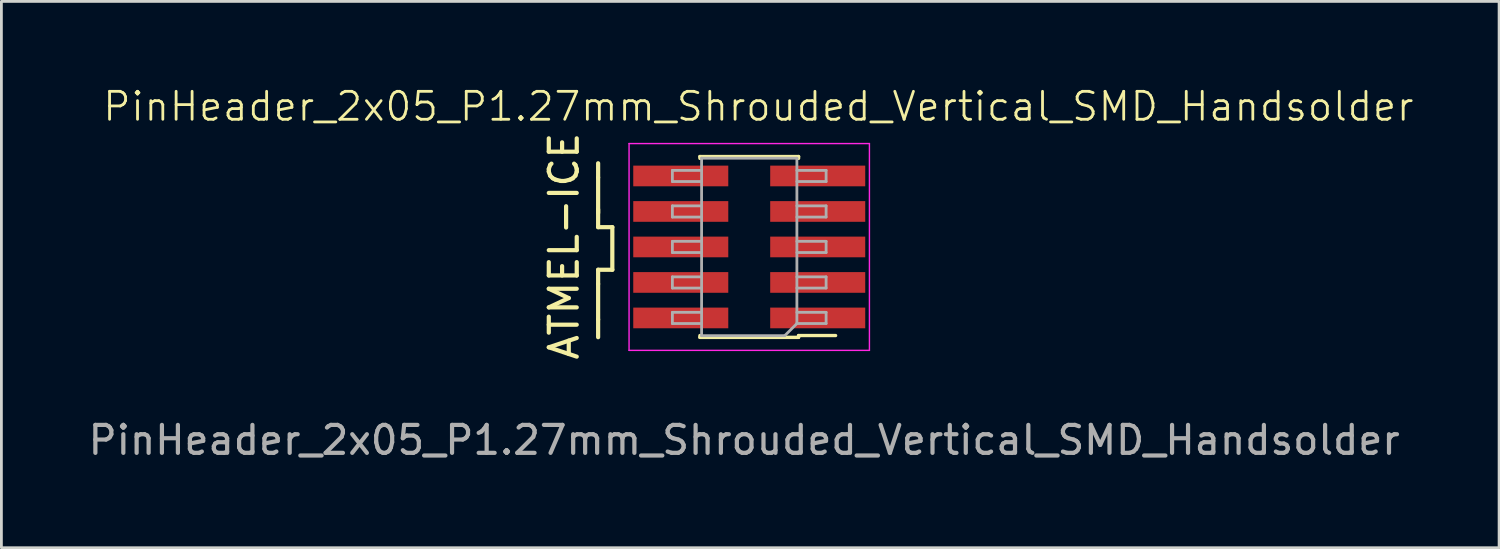
<source format=kicad_pcb>
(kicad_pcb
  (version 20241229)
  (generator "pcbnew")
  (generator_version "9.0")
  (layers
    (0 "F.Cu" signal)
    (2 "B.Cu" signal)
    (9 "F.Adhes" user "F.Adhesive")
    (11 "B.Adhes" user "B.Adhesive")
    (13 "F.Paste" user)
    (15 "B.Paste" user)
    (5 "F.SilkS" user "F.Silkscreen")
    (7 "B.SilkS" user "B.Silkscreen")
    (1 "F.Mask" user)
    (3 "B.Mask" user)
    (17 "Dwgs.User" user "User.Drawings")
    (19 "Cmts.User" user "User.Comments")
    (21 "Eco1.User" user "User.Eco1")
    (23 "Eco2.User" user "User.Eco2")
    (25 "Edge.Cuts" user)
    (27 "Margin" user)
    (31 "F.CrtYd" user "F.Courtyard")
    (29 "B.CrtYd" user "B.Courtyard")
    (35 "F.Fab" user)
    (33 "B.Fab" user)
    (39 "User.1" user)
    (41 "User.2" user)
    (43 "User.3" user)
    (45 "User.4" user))
  (footprint "PinHeader_2x05_P1.27mm_Shrouded_Vertical_SMD_Handsolder"
    (layer "F.Cu")
    (at 23.685 5.84)
    (property "Reference" "PinHeader_2x05_P1.27mm_Shrouded_Vertical_SMD_Handsolder" (at 0.4 -5.08 0) (unlocked yes) (layer "F.SilkS") (effects (font (size 1 1) (thickness 0.1))))
    (attr smd)
    (fp_line (start -5.334 -2.54) (end -5.334 -3.048) (stroke (width 0.15) (type default)) (layer "F.SilkS"))
    (fp_line (start -5.334 -2.54) (end -5.334 -1.27) (stroke (width 0.15) (type default)) (layer "F.SilkS"))
    (fp_line (start -5.334 -0.762) (end -5.334 -1.397) (stroke (width 0.15) (type default)) (layer "F.SilkS"))
    (fp_line (start -5.334 0.762) (end -5.334 1.27) (stroke (width 0.15) (type default)) (layer "F.SilkS"))
    (fp_line (start -5.334 0.762) (end -4.826 0.762) (stroke (width 0.15) (type default)) (layer "F.SilkS"))
    (fp_line (start -5.334 1.27) (end -5.334 2.54) (stroke (width 0.15) (type default)) (layer "F.SilkS"))
    (fp_line (start -5.334 2.54) (end -5.334 3.175) (stroke (width 0.15) (type default)) (layer "F.SilkS"))
    (fp_line (start -4.826 -0.762) (end -5.334 -0.762) (stroke (width 0.15) (type default)) (layer "F.SilkS"))
    (fp_line (start -4.826 0.762) (end -4.826 -0.762) (stroke (width 0.15) (type default)) (layer "F.SilkS"))
    (fp_line (start -1.692 -3.224) (end -1.692 -3.289) (stroke (width 0.12) (type solid)) (layer "F.SilkS"))
    (fp_line (start -1.692 3.181) (end -1.692 3.116) (stroke (width 0.12) (type solid)) (layer "F.SilkS"))
    (fp_line (start 1.838 -3.289) (end -1.692 -3.289) (stroke (width 0.12) (type solid)) (layer "F.SilkS"))
    (fp_line (start 1.838 -3.224) (end 1.838 -3.289) (stroke (width 0.12) (type solid)) (layer "F.SilkS"))
    (fp_line (start 1.838 3.181) (end -1.692 3.181) (stroke (width 0.12) (type solid)) (layer "F.SilkS"))
    (fp_line (start 1.838 3.181) (end 1.838 3.116) (stroke (width 0.12) (type solid)) (layer "F.SilkS"))
    (fp_line (start 3.163 3.116) (end 1.838 3.116) (stroke (width 0.12) (type solid)) (layer "F.SilkS"))
    (fp_line (start -4.227 -3.754) (end -4.227 3.646) (stroke (width 0.05) (type solid)) (layer "F.CrtYd"))
    (fp_line (start -4.227 3.646) (end 4.373 3.646) (stroke (width 0.05) (type solid)) (layer "F.CrtYd"))
    (fp_line (start 4.373 -3.754) (end -4.227 -3.754) (stroke (width 0.05) (type solid)) (layer "F.CrtYd"))
    (fp_line (start 4.373 3.646) (end 4.373 -3.754) (stroke (width 0.05) (type solid)) (layer "F.CrtYd"))
    (fp_line (start -2.677 -2.794) (end -1.632 -2.794) (stroke (width 0.1) (type solid)) (layer "F.Fab"))
    (fp_line (start -2.677 -2.394) (end -2.677 -2.794) (stroke (width 0.1) (type solid)) (layer "F.Fab"))
    (fp_line (start -2.677 -1.524) (end -1.632 -1.524) (stroke (width 0.1) (type solid)) (layer "F.Fab"))
    (fp_line (start -2.677 -1.124) (end -2.677 -1.524) (stroke (width 0.1) (type solid)) (layer "F.Fab"))
    (fp_line (start -2.677 -0.254) (end -1.632 -0.254) (stroke (width 0.1) (type solid)) (layer "F.Fab"))
    (fp_line (start -2.677 0.146) (end -2.677 -0.254) (stroke (width 0.1) (type solid)) (layer "F.Fab"))
    (fp_line (start -2.677 1.016) (end -1.632 1.016) (stroke (width 0.1) (type solid)) (layer "F.Fab"))
    (fp_line (start -2.677 1.416) (end -2.677 1.016) (stroke (width 0.1) (type solid)) (layer "F.Fab"))
    (fp_line (start -2.677 2.286) (end -1.632 2.286) (stroke (width 0.1) (type solid)) (layer "F.Fab"))
    (fp_line (start -2.677 2.686) (end -2.677 2.286) (stroke (width 0.1) (type solid)) (layer "F.Fab"))
    (fp_line (start -1.632 -3.229) (end 1.778 -3.229) (stroke (width 0.1) (type solid)) (layer "F.Fab"))
    (fp_line (start -1.632 -2.394) (end -2.677 -2.394) (stroke (width 0.1) (type solid)) (layer "F.Fab"))
    (fp_line (start -1.632 -1.124) (end -2.677 -1.124) (stroke (width 0.1) (type solid)) (layer "F.Fab"))
    (fp_line (start -1.632 0.146) (end -2.677 0.146) (stroke (width 0.1) (type solid)) (layer "F.Fab"))
    (fp_line (start -1.632 1.416) (end -2.677 1.416) (stroke (width 0.1) (type solid)) (layer "F.Fab"))
    (fp_line (start -1.632 2.686) (end -2.677 2.686) (stroke (width 0.1) (type solid)) (layer "F.Fab"))
    (fp_line (start -1.632 3.121) (end -1.632 -3.229) (stroke (width 0.1) (type solid)) (layer "F.Fab"))
    (fp_line (start 1.343 3.121) (end -1.632 3.121) (stroke (width 0.1) (type solid)) (layer "F.Fab"))
    (fp_line (start 1.778 -3.229) (end 1.778 2.686) (stroke (width 0.1) (type solid)) (layer "F.Fab"))
    (fp_line (start 1.778 -2.394) (end 2.823 -2.394) (stroke (width 0.1) (type solid)) (layer "F.Fab"))
    (fp_line (start 1.778 -1.124) (end 2.823 -1.124) (stroke (width 0.1) (type solid)) (layer "F.Fab"))
    (fp_line (start 1.778 0.146) (end 2.823 0.146) (stroke (width 0.1) (type solid)) (layer "F.Fab"))
    (fp_line (start 1.778 1.416) (end 2.823 1.416) (stroke (width 0.1) (type solid)) (layer "F.Fab"))
    (fp_line (start 1.778 2.686) (end 1.343 3.121) (stroke (width 0.1) (type solid)) (layer "F.Fab"))
    (fp_line (start 1.778 2.686) (end 2.823 2.686) (stroke (width 0.1) (type solid)) (layer "F.Fab"))
    (fp_line (start 2.823 -2.794) (end 1.778 -2.794) (stroke (width 0.1) (type solid)) (layer "F.Fab"))
    (fp_line (start 2.823 -2.394) (end 2.823 -2.794) (stroke (width 0.1) (type solid)) (layer "F.Fab"))
    (fp_line (start 2.823 -1.524) (end 1.778 -1.524) (stroke (width 0.1) (type solid)) (layer "F.Fab"))
    (fp_line (start 2.823 -1.124) (end 2.823 -1.524) (stroke (width 0.1) (type solid)) (layer "F.Fab"))
    (fp_line (start 2.823 -0.254) (end 1.778 -0.254) (stroke (width 0.1) (type solid)) (layer "F.Fab"))
    (fp_line (start 2.823 0.146) (end 2.823 -0.254) (stroke (width 0.1) (type solid)) (layer "F.Fab"))
    (fp_line (start 2.823 1.016) (end 1.778 1.016) (stroke (width 0.1) (type solid)) (layer "F.Fab"))
    (fp_line (start 2.823 1.416) (end 2.823 1.016) (stroke (width 0.1) (type solid)) (layer "F.Fab"))
    (fp_line (start 2.823 2.286) (end 1.778 2.286) (stroke (width 0.1) (type solid)) (layer "F.Fab"))
    (fp_line (start 2.823 2.686) (end 2.823 2.286) (stroke (width 0.1) (type solid)) (layer "F.Fab"))
    (fp_text user "ATMEL-ICE" (at -5.969 4.064 90) (unlocked yes) (layer "F.SilkS") (effects (font (size 1 1) (thickness 0.15)) (justify left bottom)))
    (fp_text user "${REFERENCE}" (at -0.108 6.858 0) (unlocked yes) (layer "F.Fab") (effects (font (size 1 1) (thickness 0.15))))
    (pad "1" smd rect (at 2.523 2.486 180) (size 3.4 0.74) (layers "F.Cu" "F.Mask" "F.Paste"))
    (pad "2" smd rect (at -2.377 2.486 180) (size 3.4 0.74) (layers "F.Cu" "F.Mask" "F.Paste"))
    (pad "3" smd rect (at 2.523 1.216 180) (size 3.4 0.74) (layers "F.Cu" "F.Mask" "F.Paste"))
    (pad "4" smd rect (at -2.377 1.216 180) (size 3.4 0.74) (layers "F.Cu" "F.Mask" "F.Paste"))
    (pad "5" smd rect (at 2.523 -0.054 180) (size 3.4 0.74) (layers "F.Cu" "F.Mask" "F.Paste"))
    (pad "6" smd rect (at -2.377 -0.054 180) (size 3.4 0.74) (layers "F.Cu" "F.Mask" "F.Paste"))
    (pad "7" smd rect (at 2.523 -1.324 180) (size 3.4 0.74) (layers "F.Cu" "F.Mask" "F.Paste"))
    (pad "8" smd rect (at -2.377 -1.324 180) (size 3.4 0.74) (layers "F.Cu" "F.Mask" "F.Paste"))
    (pad "9" smd rect (at 2.523 -2.594 180) (size 3.4 0.74) (layers "F.Cu" "F.Mask" "F.Paste"))
    (pad "10" smd rect (at -2.377 -2.594 180) (size 3.4 0.74) (layers "F.Cu" "F.Mask" "F.Paste")))
  (gr_rect
    (start -3 -3)
    (end 50.588 16.547)
    (stroke (width 0.1) (type default))
    (fill no)
    (layer "Edge.Cuts")))
</source>
